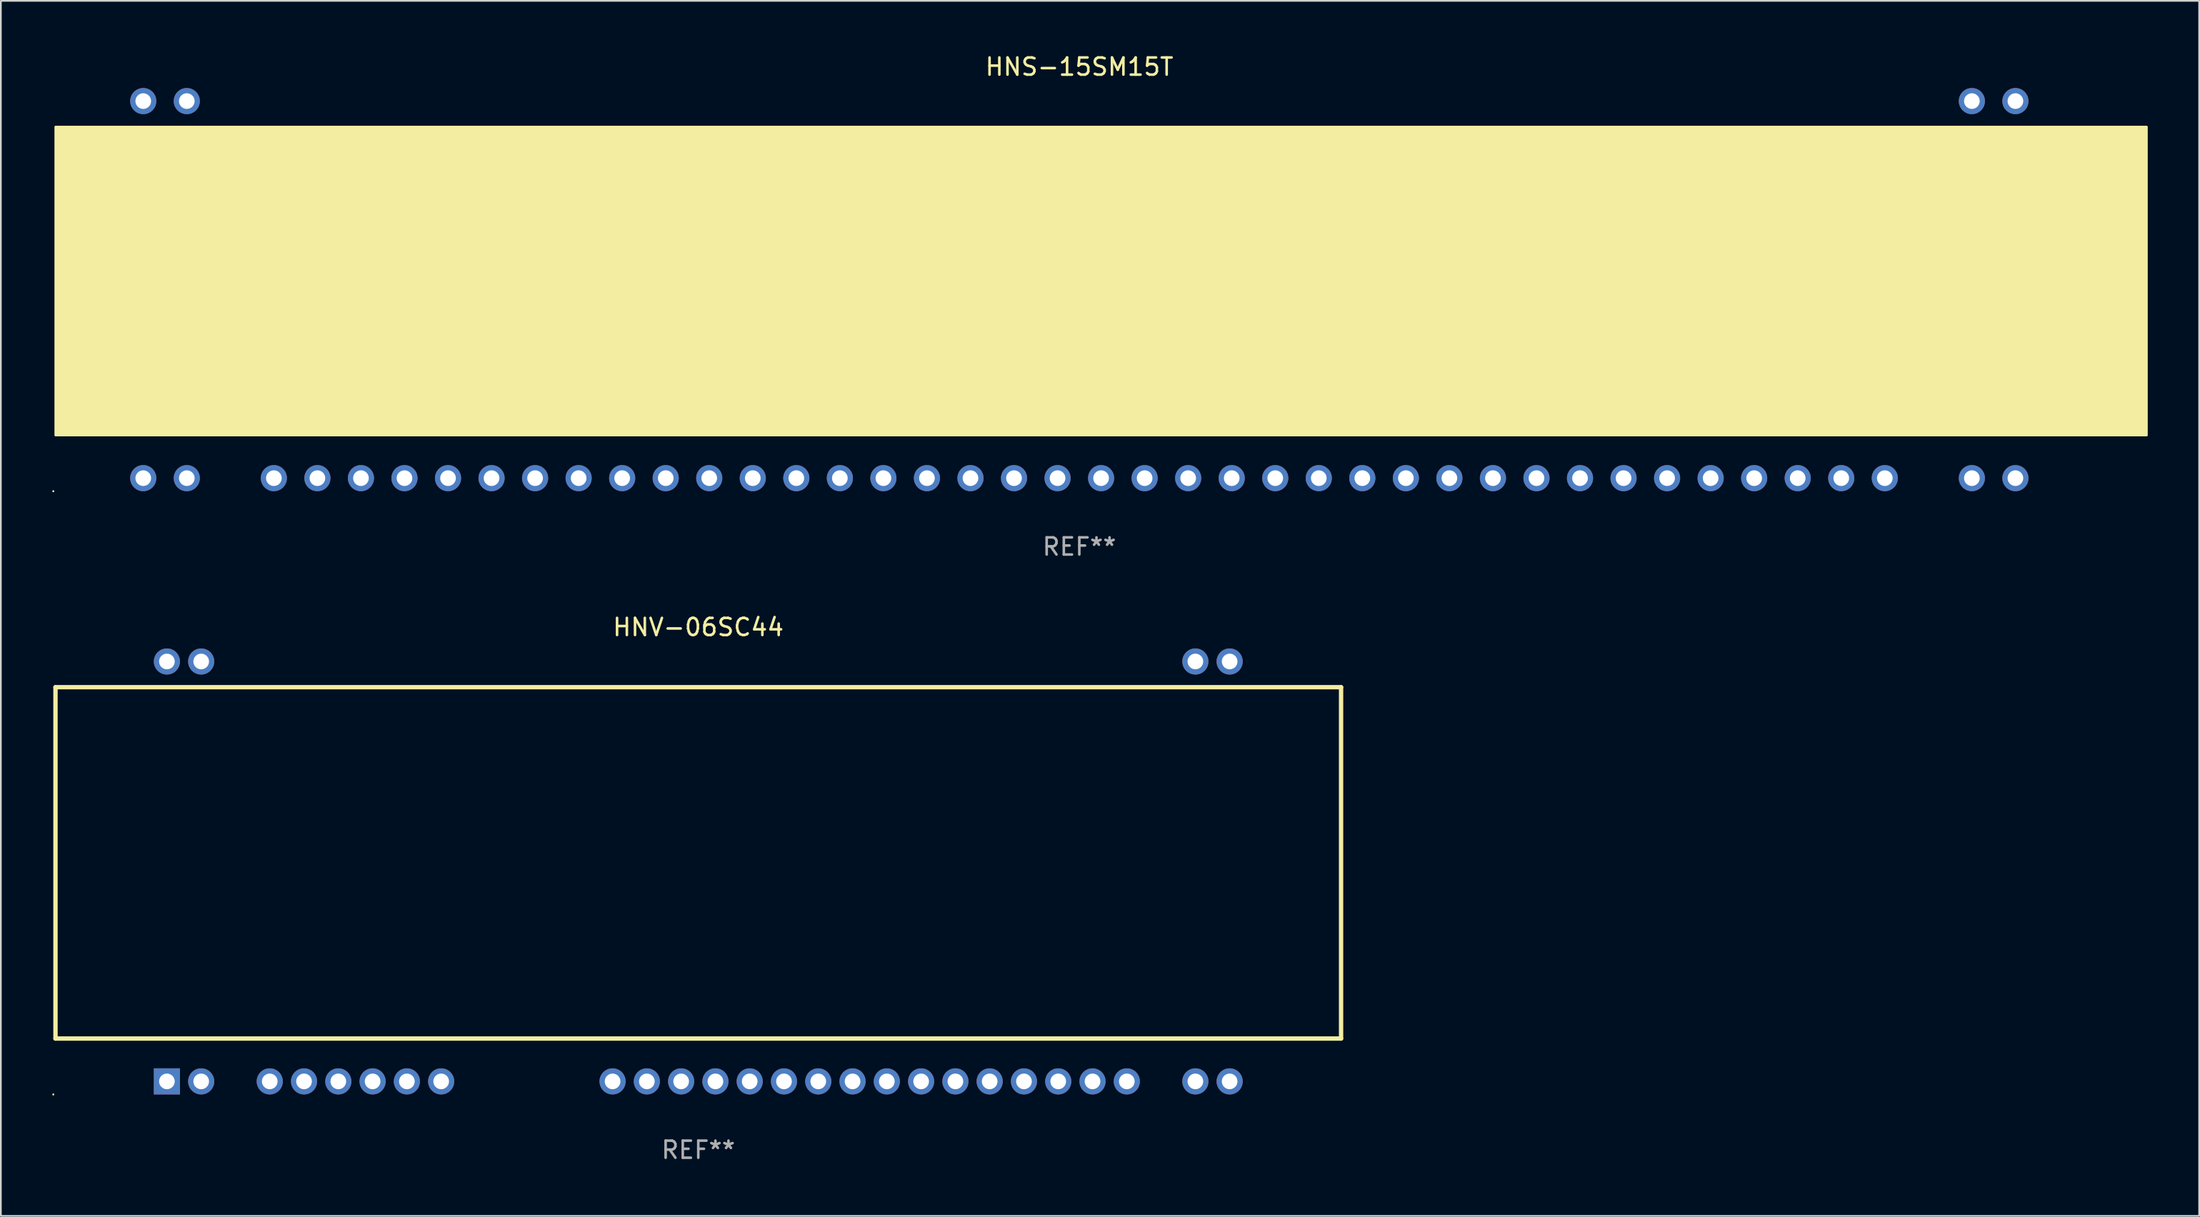
<source format=kicad_pcb>
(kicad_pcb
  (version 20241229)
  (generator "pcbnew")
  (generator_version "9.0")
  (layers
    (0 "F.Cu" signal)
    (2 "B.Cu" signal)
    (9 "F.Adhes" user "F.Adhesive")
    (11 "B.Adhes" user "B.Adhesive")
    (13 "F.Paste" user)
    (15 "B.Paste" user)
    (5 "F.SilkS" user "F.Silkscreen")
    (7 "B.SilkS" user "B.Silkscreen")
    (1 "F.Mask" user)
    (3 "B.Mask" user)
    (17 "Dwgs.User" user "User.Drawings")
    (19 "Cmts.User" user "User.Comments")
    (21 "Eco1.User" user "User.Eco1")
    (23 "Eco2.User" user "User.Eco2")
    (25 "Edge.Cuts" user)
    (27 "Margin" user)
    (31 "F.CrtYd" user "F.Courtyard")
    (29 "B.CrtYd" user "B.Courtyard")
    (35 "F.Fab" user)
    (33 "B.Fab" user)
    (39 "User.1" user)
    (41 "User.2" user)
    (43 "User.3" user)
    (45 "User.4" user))
  (footprint "HNV-06SC44"
    (layer "F.Cu")
    (at 37.687 47.795)
    (property "Reference" "HNV-06SC44" (at 0 -14.25 0) (layer "F.SilkS") (effects (font (size 1 1) (thickness 0.15))))
    (attr through_hole)
    (fp_line (start -37.5 9.75) (end -37.5 -10.75) (stroke (width 0.254) (type solid)) (layer "F.SilkS"))
    (fp_line (start -37.5 -10.75) (end 37.5 -10.75) (stroke (width 0.254) (type solid)) (layer "F.SilkS"))
    (fp_line (start 37.5 9.75) (end -37.5 9.75) (stroke (width 0.254) (type solid)) (layer "F.SilkS"))
    (fp_line (start 37.5 -10.75) (end 37.5 9.75) (stroke (width 0.254) (type solid)) (layer "F.SilkS"))
    (fp_circle (center -37.627 13.012) (end -37.597 13.012) (stroke (width 0.06) (type solid)) (fill no) (layer "F.SilkS"))
    (fp_text user "REF**" (at 0 16.25 0) (layer "F.Fab") (effects (font (size 1 1) (thickness 0.15))))
    (pad "1" thru_hole rect (at -31 12.25) (size 1.524 1.524) (drill 0.914) (layers "*.Cu" "*.Mask"))
    (pad "2" thru_hole circle (at -29 12.25) (size 1.524 1.524) (drill 0.914) (layers "*.Cu" "*.Mask"))
    (pad "4" thru_hole circle (at -25 12.25) (size 1.524 1.524) (drill 0.914) (layers "*.Cu" "*.Mask"))
    (pad "5" thru_hole circle (at -23 12.25) (size 1.524 1.524) (drill 0.914) (layers "*.Cu" "*.Mask"))
    (pad "6" thru_hole circle (at -21 12.25) (size 1.524 1.524) (drill 0.914) (layers "*.Cu" "*.Mask"))
    (pad "7" thru_hole circle (at -19 12.25) (size 1.524 1.524) (drill 0.914) (layers "*.Cu" "*.Mask"))
    (pad "8" thru_hole circle (at -17 12.25) (size 1.524 1.524) (drill 0.914) (layers "*.Cu" "*.Mask"))
    (pad "9" thru_hole circle (at -15 12.25) (size 1.524 1.524) (drill 0.914) (layers "*.Cu" "*.Mask"))
    (pad "14" thru_hole circle (at -5 12.25) (size 1.524 1.524) (drill 0.914) (layers "*.Cu" "*.Mask"))
    (pad "15" thru_hole circle (at -3 12.25) (size 1.524 1.524) (drill 0.914) (layers "*.Cu" "*.Mask"))
    (pad "16" thru_hole circle (at -1 12.25) (size 1.524 1.524) (drill 0.914) (layers "*.Cu" "*.Mask"))
    (pad "17" thru_hole circle (at 1 12.25) (size 1.524 1.524) (drill 0.914) (layers "*.Cu" "*.Mask"))
    (pad "18" thru_hole circle (at 3 12.25) (size 1.524 1.524) (drill 0.914) (layers "*.Cu" "*.Mask"))
    (pad "19" thru_hole circle (at 5 12.25) (size 1.524 1.524) (drill 0.914) (layers "*.Cu" "*.Mask"))
    (pad "20" thru_hole circle (at 7 12.25) (size 1.524 1.524) (drill 0.914) (layers "*.Cu" "*.Mask"))
    (pad "21" thru_hole circle (at 9 12.25) (size 1.524 1.524) (drill 0.914) (layers "*.Cu" "*.Mask"))
    (pad "22" thru_hole circle (at 11 12.25) (size 1.524 1.524) (drill 0.914) (layers "*.Cu" "*.Mask"))
    (pad "23" thru_hole circle (at 13 12.25) (size 1.524 1.524) (drill 0.914) (layers "*.Cu" "*.Mask"))
    (pad "24" thru_hole circle (at 15 12.25) (size 1.524 1.524) (drill 0.914) (layers "*.Cu" "*.Mask"))
    (pad "25" thru_hole circle (at 17 12.25) (size 1.524 1.524) (drill 0.914) (layers "*.Cu" "*.Mask"))
    (pad "26" thru_hole circle (at 19 12.25) (size 1.524 1.524) (drill 0.914) (layers "*.Cu" "*.Mask"))
    (pad "27" thru_hole circle (at 21 12.25) (size 1.524 1.524) (drill 0.914) (layers "*.Cu" "*.Mask"))
    (pad "28" thru_hole circle (at 23 12.25) (size 1.524 1.524) (drill 0.914) (layers "*.Cu" "*.Mask"))
    (pad "29" thru_hole circle (at 25 12.25) (size 1.524 1.524) (drill 0.914) (layers "*.Cu" "*.Mask"))
    (pad "31" thru_hole circle (at 29 12.25) (size 1.524 1.524) (drill 0.914) (layers "*.Cu" "*.Mask"))
    (pad "32" thru_hole circle (at 31 12.25) (size 1.524 1.524) (drill 0.914) (layers "*.Cu" "*.Mask"))
    (pad "33" thru_hole circle (at -31 -12.25) (size 1.524 1.524) (drill 0.914) (layers "*.Cu" "*.Mask"))
    (pad "34" thru_hole circle (at -29 -12.25) (size 1.524 1.524) (drill 0.914) (layers "*.Cu" "*.Mask"))
    (pad "35" thru_hole circle (at 29 -12.25) (size 1.524 1.524) (drill 0.914) (layers "*.Cu" "*.Mask"))
    (pad "36" thru_hole circle (at 31 -12.25) (size 1.524 1.524) (drill 0.914) (layers "*.Cu" "*.Mask")))
  (footprint "HNS-15SM15T"
    (layer "F.Cu")
    (at 59.917 13.848)
    (property "Reference" "HNS-15SM15T" (at 0 -13 0) (layer "F.SilkS") (effects (font (size 1 1) (thickness 0.15))))
    (attr through_hole)
    (fp_circle (center -59.857 11.762) (end -59.827 11.762) (stroke (width 0.06) (type solid)) (fill no) (layer "F.SilkS"))
    (fp_poly (pts (xy -59.73 -9.5) (xy 62.27 -9.5) (xy 62.27 8.5) (xy -59.73 8.5)) (stroke (width 0.12) (type solid)) (fill yes) (layer "F.SilkS"))
    (fp_poly (pts (xy -47.23 -5) (xy 49.77 -5) (xy 49.77 2.8) (xy -47.23 2.8)) (stroke (width 0.12) (type solid)) (fill yes) (layer "F.SilkS"))
    (fp_text user "REF**" (at 0 15 0) (layer "F.Fab") (effects (font (size 1 1) (thickness 0.15))))
    (pad "0" thru_hole circle (at -54.61 -11) (size 1.524 1.524) (drill 0.914) (layers "*.Cu" "*.Mask"))
    (pad "0" thru_hole circle (at -52.07 -11) (size 1.524 1.524) (drill 0.914) (layers "*.Cu" "*.Mask"))
    (pad "0" thru_hole circle (at 52.07 -11) (size 1.524 1.524) (drill 0.914) (layers "*.Cu" "*.Mask"))
    (pad "0" thru_hole circle (at 54.61 -11) (size 1.524 1.524) (drill 0.914) (layers "*.Cu" "*.Mask"))
    (pad "1" thru_hole circle (at -54.61 11) (size 1.524 1.524) (drill 0.914) (layers "*.Cu" "*.Mask"))
    (pad "2" thru_hole circle (at -52.07 11) (size 1.524 1.524) (drill 0.914) (layers "*.Cu" "*.Mask"))
    (pad "4" thru_hole circle (at -46.99 11) (size 1.524 1.524) (drill 0.914) (layers "*.Cu" "*.Mask"))
    (pad "5" thru_hole circle (at -44.45 11) (size 1.524 1.524) (drill 0.914) (layers "*.Cu" "*.Mask"))
    (pad "6" thru_hole circle (at -41.91 11) (size 1.524 1.524) (drill 0.914) (layers "*.Cu" "*.Mask"))
    (pad "7" thru_hole circle (at -39.37 11) (size 1.524 1.524) (drill 0.914) (layers "*.Cu" "*.Mask"))
    (pad "8" thru_hole circle (at -36.83 11) (size 1.524 1.524) (drill 0.914) (layers "*.Cu" "*.Mask"))
    (pad "9" thru_hole circle (at -34.29 11) (size 1.524 1.524) (drill 0.914) (layers "*.Cu" "*.Mask"))
    (pad "10" thru_hole circle (at -31.75 11) (size 1.524 1.524) (drill 0.914) (layers "*.Cu" "*.Mask"))
    (pad "11" thru_hole circle (at -29.21 11) (size 1.524 1.524) (drill 0.914) (layers "*.Cu" "*.Mask"))
    (pad "12" thru_hole circle (at -26.67 11) (size 1.524 1.524) (drill 0.914) (layers "*.Cu" "*.Mask"))
    (pad "13" thru_hole circle (at -24.13 11) (size 1.524 1.524) (drill 0.914) (layers "*.Cu" "*.Mask"))
    (pad "14" thru_hole circle (at -21.59 11) (size 1.524 1.524) (drill 0.914) (layers "*.Cu" "*.Mask"))
    (pad "15" thru_hole circle (at -19.05 11) (size 1.524 1.524) (drill 0.914) (layers "*.Cu" "*.Mask"))
    (pad "16" thru_hole circle (at -16.51 11) (size 1.524 1.524) (drill 0.914) (layers "*.Cu" "*.Mask"))
    (pad "17" thru_hole circle (at -13.97 11) (size 1.524 1.524) (drill 0.914) (layers "*.Cu" "*.Mask"))
    (pad "18" thru_hole circle (at -11.43 11) (size 1.524 1.524) (drill 0.914) (layers "*.Cu" "*.Mask"))
    (pad "19" thru_hole circle (at -8.89 11) (size 1.524 1.524) (drill 0.914) (layers "*.Cu" "*.Mask"))
    (pad "20" thru_hole circle (at -6.35 11) (size 1.524 1.524) (drill 0.914) (layers "*.Cu" "*.Mask"))
    (pad "21" thru_hole circle (at -3.81 11) (size 1.524 1.524) (drill 0.914) (layers "*.Cu" "*.Mask"))
    (pad "22" thru_hole circle (at -1.27 11) (size 1.524 1.524) (drill 0.914) (layers "*.Cu" "*.Mask"))
    (pad "23" thru_hole circle (at 1.27 11) (size 1.524 1.524) (drill 0.914) (layers "*.Cu" "*.Mask"))
    (pad "24" thru_hole circle (at 3.81 11) (size 1.524 1.524) (drill 0.914) (layers "*.Cu" "*.Mask"))
    (pad "25" thru_hole circle (at 6.35 11) (size 1.524 1.524) (drill 0.914) (layers "*.Cu" "*.Mask"))
    (pad "26" thru_hole circle (at 8.89 11) (size 1.524 1.524) (drill 0.914) (layers "*.Cu" "*.Mask"))
    (pad "27" thru_hole circle (at 11.43 11) (size 1.524 1.524) (drill 0.914) (layers "*.Cu" "*.Mask"))
    (pad "28" thru_hole circle (at 13.97 11) (size 1.524 1.524) (drill 0.914) (layers "*.Cu" "*.Mask"))
    (pad "29" thru_hole circle (at 16.51 11) (size 1.524 1.524) (drill 0.914) (layers "*.Cu" "*.Mask"))
    (pad "30" thru_hole circle (at 19.05 11) (size 1.524 1.524) (drill 0.914) (layers "*.Cu" "*.Mask"))
    (pad "31" thru_hole circle (at 21.59 11) (size 1.524 1.524) (drill 0.914) (layers "*.Cu" "*.Mask"))
    (pad "32" thru_hole circle (at 24.13 11) (size 1.524 1.524) (drill 0.914) (layers "*.Cu" "*.Mask"))
    (pad "33" thru_hole circle (at 26.67 11) (size 1.524 1.524) (drill 0.914) (layers "*.Cu" "*.Mask"))
    (pad "34" thru_hole circle (at 29.21 11) (size 1.524 1.524) (drill 0.914) (layers "*.Cu" "*.Mask"))
    (pad "35" thru_hole circle (at 31.75 11) (size 1.524 1.524) (drill 0.914) (layers "*.Cu" "*.Mask"))
    (pad "36" thru_hole circle (at 34.29 11) (size 1.524 1.524) (drill 0.914) (layers "*.Cu" "*.Mask"))
    (pad "37" thru_hole circle (at 36.83 11) (size 1.524 1.524) (drill 0.914) (layers "*.Cu" "*.Mask"))
    (pad "38" thru_hole circle (at 39.37 11) (size 1.524 1.524) (drill 0.914) (layers "*.Cu" "*.Mask"))
    (pad "39" thru_hole circle (at 41.91 11) (size 1.524 1.524) (drill 0.914) (layers "*.Cu" "*.Mask"))
    (pad "40" thru_hole circle (at 44.45 11) (size 1.524 1.524) (drill 0.914) (layers "*.Cu" "*.Mask"))
    (pad "41" thru_hole circle (at 46.99 11) (size 1.524 1.524) (drill 0.914) (layers "*.Cu" "*.Mask"))
    (pad "43" thru_hole circle (at 52.07 11) (size 1.524 1.524) (drill 0.914) (layers "*.Cu" "*.Mask"))
    (pad "44" thru_hole circle (at 54.61 11) (size 1.524 1.524) (drill 0.914) (layers "*.Cu" "*.Mask")))
  (gr_rect
    (start -3 -3)
    (end 125.247 67.893)
    (stroke (width 0.1) (type default))
    (fill no)
    (layer "Edge.Cuts")))
</source>
